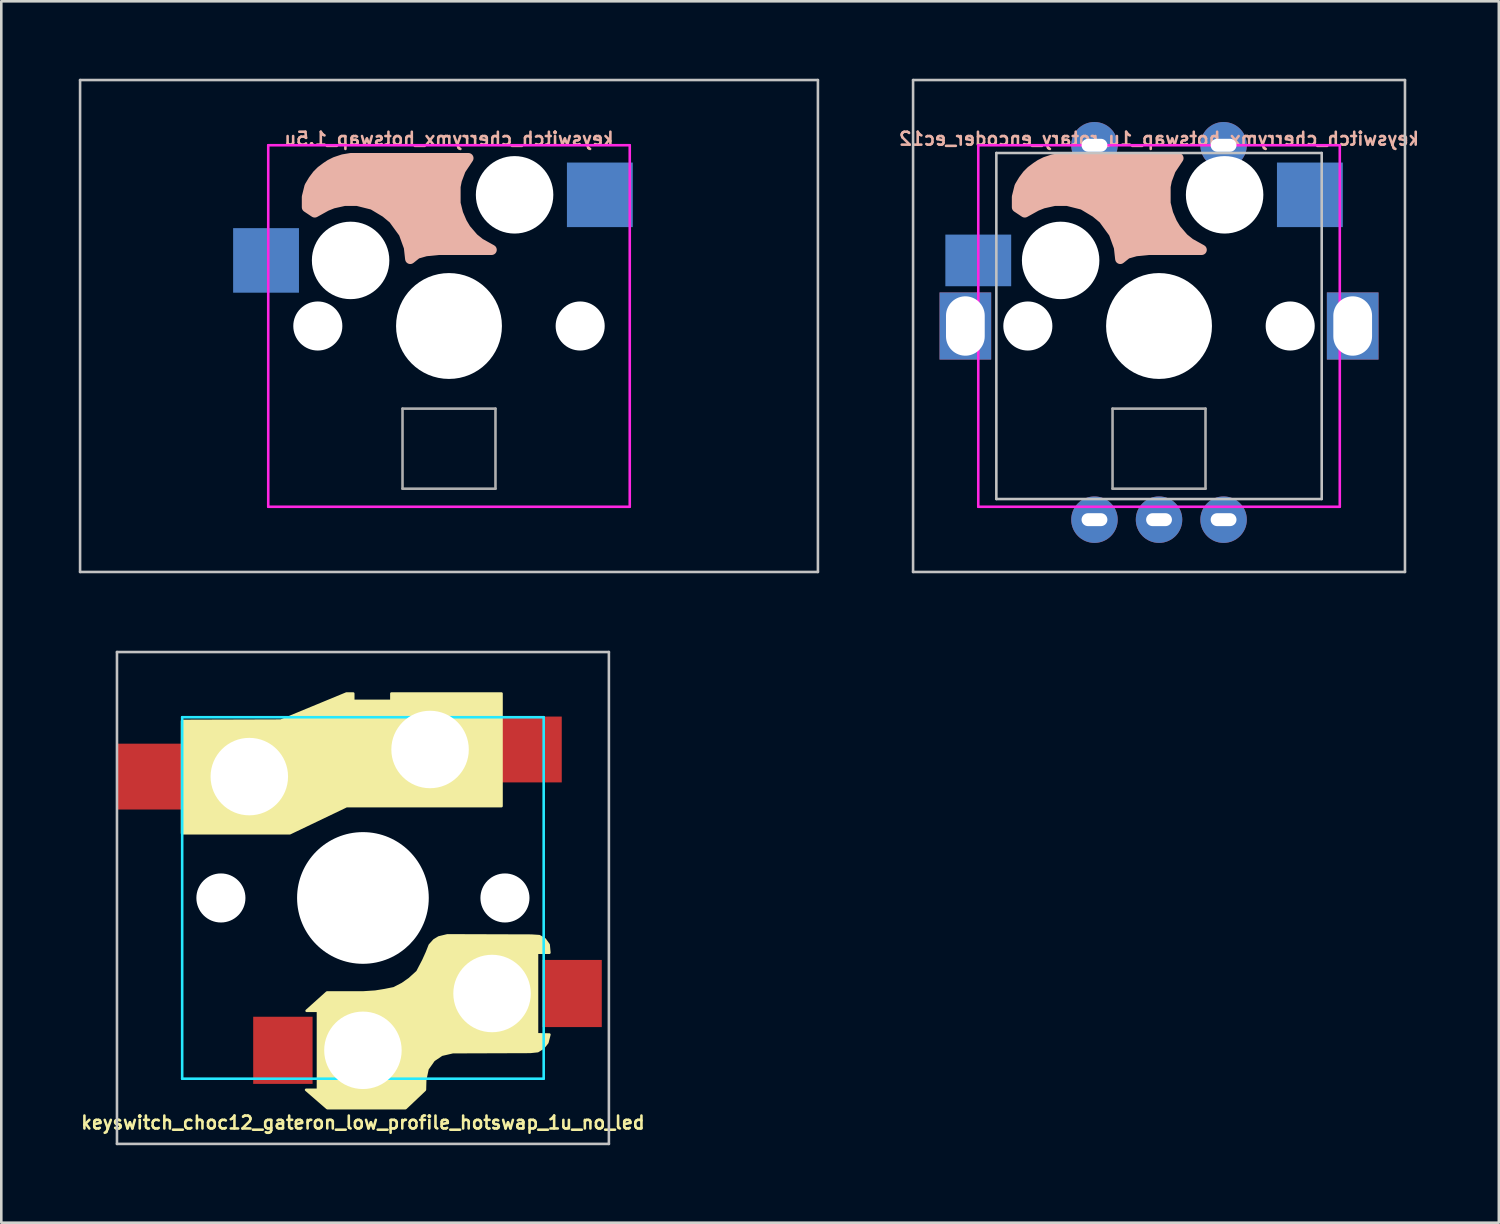
<source format=kicad_pcb>
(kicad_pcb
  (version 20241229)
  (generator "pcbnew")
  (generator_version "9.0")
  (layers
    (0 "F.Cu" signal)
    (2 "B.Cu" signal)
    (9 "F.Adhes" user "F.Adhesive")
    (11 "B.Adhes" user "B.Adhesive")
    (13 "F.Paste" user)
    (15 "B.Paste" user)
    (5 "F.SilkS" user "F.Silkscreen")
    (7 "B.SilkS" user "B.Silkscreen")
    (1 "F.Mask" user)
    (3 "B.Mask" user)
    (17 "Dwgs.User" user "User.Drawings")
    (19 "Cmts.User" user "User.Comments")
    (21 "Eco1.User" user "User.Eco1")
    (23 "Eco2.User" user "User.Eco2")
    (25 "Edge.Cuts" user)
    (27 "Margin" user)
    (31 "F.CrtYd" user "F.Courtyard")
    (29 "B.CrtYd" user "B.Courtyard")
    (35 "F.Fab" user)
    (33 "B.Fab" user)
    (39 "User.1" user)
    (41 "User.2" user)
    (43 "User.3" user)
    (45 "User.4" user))
  (footprint "keyswitch_cherrymx_hotswap_1.5u"
    (layer "F.Cu")
    (at 14.338 9.575)
    (property "Reference" "keyswitch_cherrymx_hotswap_1.5u" (at 0 -7.25 0) (layer "B.SilkS") (effects (font (size 0.5 0.5) (thickness 0.1) (bold yes)) (justify mirror)))
    (attr smd)
    (fp_poly (pts (xy -3.6 -6.5) (xy -3.8 -6.5) (xy -4.1 -6.45) (xy -4.4 -6.35) (xy -4.6 -6.25) (xy -4.75 -6.15) (xy -4.95 -6) (xy -5.1 -5.85) (xy -5.25 -5.65) (xy -5.4 -5.4) (xy -5.5 -5) (xy -5.5 -4.6) (xy -5.35 -4.5) (xy -5.2 -4.4) (xy -4.75 -4.65) (xy -4.5 -4.75) (xy -4.05 -4.85) (xy -3.55 -4.85) (xy -2.95 -4.7) (xy -2.45 -4.4) (xy -2.15 -4.15) (xy -1.75 -3.6) (xy -1.55 -3.05) (xy -1.5 -2.6) (xy -1.25 -2.8) (xy -0.9 -2.9) (xy -0.4 -2.95) (xy 1.65 -2.95) (xy 1.2 -3.2) (xy 0.95 -3.4) (xy 0.65 -3.75) (xy 0.5 -4) (xy 0.35 -4.35) (xy 0.25 -4.75) (xy 0.25 -5.05) (xy 0.25 -5.4) (xy 0.3 -5.65) (xy 0.45 -6.05) (xy 0.75 -6.5)) (stroke (width 0.4) (type solid)) (fill yes) (layer "B.SilkS"))
    (fp_line (start -14.287 -9.525) (end 14.287 -9.525) (stroke (width 0.1) (type solid)) (layer "Dwgs.User"))
    (fp_line (start -14.287 9.525) (end -14.287 -9.525) (stroke (width 0.1) (type solid)) (layer "Dwgs.User"))
    (fp_line (start 14.287 -9.525) (end 14.287 9.525) (stroke (width 0.1) (type solid)) (layer "Dwgs.User"))
    (fp_line (start 14.287 9.525) (end -14.287 9.525) (stroke (width 0.1) (type solid)) (layer "Dwgs.User"))
    (fp_line (start -7 -7) (end -7 7) (stroke (width 0.1) (type default)) (layer "F.CrtYd"))
    (fp_line (start -7 -7) (end 7 -7) (stroke (width 0.1) (type default)) (layer "F.CrtYd"))
    (fp_line (start -7 7) (end 7 7) (stroke (width 0.1) (type default)) (layer "F.CrtYd"))
    (fp_line (start 7 7) (end 7 -7) (stroke (width 0.1) (type default)) (layer "F.CrtYd"))
    (fp_line (start -1.8 3.2) (end -1.8 6.3) (stroke (width 0.1) (type default)) (layer "F.Fab"))
    (fp_line (start -1.8 3.2) (end 1.8 3.2) (stroke (width 0.1) (type default)) (layer "F.Fab"))
    (fp_line (start -1.8 6.3) (end 1.8 6.3) (stroke (width 0.1) (type default)) (layer "F.Fab"))
    (fp_line (start 1.8 3.2) (end 1.8 6.3) (stroke (width 0.1) (type default)) (layer "F.Fab"))
    (pad "" np_thru_hole circle (at -5.08 0) (size 1.9 1.9) (drill 1.9) (layers "*.Cu" "*.Mask"))
    (pad "" np_thru_hole circle (at -3.81 -2.54) (size 3 3) (drill 3) (layers "*.Cu" "*.Mask"))
    (pad "" np_thru_hole circle (at 0 0 90) (size 4.1 4.1) (drill 4.1) (layers "*.Cu" "*.Mask"))
    (pad "" np_thru_hole circle (at 2.54 -5.08) (size 3 3) (drill 3) (layers "*.Cu" "*.Mask"))
    (pad "" np_thru_hole circle (at 5.08 0) (size 1.9 1.9) (drill 1.9) (layers "*.Cu" "*.Mask"))
    (pad "1" smd rect (at -7.085 -2.54 180) (size 2.55 2.5) (layers "B.Cu" "B.Mask" "B.Paste"))
    (pad "2" smd rect (at 5.842 -5.08 180) (size 2.55 2.5) (layers "B.Cu" "B.Mask" "B.Paste")))
  (footprint "keyswitch_choc12_gateron_low_profile_hotswap_1u_no_led"
    (layer "F.Cu")
    (at 11.005 31.725)
    (property "Reference" "keyswitch_choc12_gateron_low_profile_hotswap_1u_no_led" (at 0 8.7 0) (layer "F.SilkS") (effects (font (size 0.5 0.5) (thickness 0.1) (bold yes))))
    (attr smd)
    (fp_poly (pts (xy 5.366 -3.557) (xy -0.637 -3.557) (xy -2.83 -2.507) (xy -7.004 -2.507) (xy -7.004 -6.855) (xy -3.178 -6.867) (xy -0.637 -7.917) (xy -0.376 -7.917) (xy -0.376 -7.632) (xy 1.103 -7.632) (xy 1.103 -7.917) (xy 5.366 -7.917)) (stroke (width 0.1) (type solid)) (fill yes) (layer "F.SilkS"))
    (fp_poly (pts (xy 1.8 3.14) (xy 2.11 2.86) (xy 2.34 2.42) (xy 2.48 2.11) (xy 2.59 1.83) (xy 2.76 1.64) (xy 2.94 1.53) (xy 3.27 1.45) (xy 6.52 1.46) (xy 6.83 1.48) (xy 7.04 1.6) (xy 7.19 1.81) (xy 7.22 2.12) (xy 6.74 2.12) (xy 6.74 5.28) (xy 7.22 5.29) (xy 7.14 5.6) (xy 6.98 5.8) (xy 6.77 5.93) (xy 6.48 5.96) (xy 3.48 5.97) (xy 3.05 6.07) (xy 2.74 6.28) (xy 2.5 6.62) (xy 2.41 7.04) (xy 2.4 7.43) (xy 1.65 8.14) (xy -1.38 8.14) (xy -2.2 7.43) (xy -1.74 7.43) (xy -1.74 4.37) (xy -2.18 4.37) (xy -1.39 3.66) (xy 0.02 3.66) (xy 0.48 3.63) (xy 0.85 3.57) (xy 1.2 3.5) (xy 1.53 3.33)) (stroke (width 0.1) (type solid)) (fill yes) (layer "F.SilkS"))
    (fp_line (start -9.525 -9.525) (end -9.525 9.525) (stroke (width 0.1) (type solid)) (layer "Dwgs.User"))
    (fp_line (start -9.525 9.525) (end 9.525 9.525) (stroke (width 0.1) (type solid)) (layer "Dwgs.User"))
    (fp_line (start 9.525 -9.525) (end -9.525 -9.525) (stroke (width 0.1) (type solid)) (layer "Dwgs.User"))
    (fp_line (start 9.525 9.525) (end 9.525 -9.525) (stroke (width 0.1) (type solid)) (layer "Dwgs.User"))
    (fp_line (start -7 -7) (end -7 7) (stroke (width 0.1) (type solid)) (layer "B.CrtYd"))
    (fp_line (start -7 7) (end 7 7) (stroke (width 0.1) (type solid)) (layer "B.CrtYd"))
    (fp_line (start 7 -7) (end -7 -7) (stroke (width 0.1) (type solid)) (layer "B.CrtYd"))
    (fp_line (start 7 7) (end 7 -7) (stroke (width 0.1) (type solid)) (layer "B.CrtYd"))
    (pad "" np_thru_hole circle (at -5.5 0 270) (size 1.9 1.9) (drill 1.9) (layers "*.Cu" "*.Mask"))
    (pad "" np_thru_hole circle (at -4.4 -4.7 270) (size 3 3) (drill 3) (layers "*.Cu" "*.Mask"))
    (pad "" np_thru_hole circle (at 0 0 270) (size 5.1 5.1) (drill 5.1) (layers "*.Cu" "*.Mask"))
    (pad "" np_thru_hole circle (at 0 5.9 270) (size 3 3) (drill 3) (layers "*.Cu" "*.Mask"))
    (pad "" np_thru_hole circle (at 2.6 -5.75 270) (size 3 3) (drill 3) (layers "*.Cu" "*.Mask"))
    (pad "" np_thru_hole circle (at 5 3.7 270) (size 3 3) (drill 3) (layers "*.Cu" "*.Mask"))
    (pad "" np_thru_hole circle (at 5.5 0 270) (size 1.9 1.9) (drill 1.9) (layers "*.Cu" "*.Mask"))
    (pad "1" smd rect (at 6.45 -5.75) (size 2.5 2.55) (layers "F.Cu" "F.Mask" "F.Paste"))
    (pad "1" smd rect (at 8.1 3.7 180) (size 2.3 2.6) (layers "F.Cu" "F.Mask" "F.Paste"))
    (pad "2" smd rect (at -8.25 -4.7) (size 2.5 2.55) (layers "F.Cu" "F.Mask" "F.Paste"))
    (pad "2" smd rect (at -3.1 5.9 180) (size 2.3 2.6) (layers "F.Cu" "F.Mask" "F.Paste")))
  (footprint "keyswitch_cherrymx_hotswap_1u_rotary_encoder_ec12"
    (layer "F.Cu")
    (at 41.835 9.575)
    (property "Reference" "keyswitch_cherrymx_hotswap_1u_rotary_encoder_ec12" (at 0 -7.25 0) (layer "B.SilkS") (effects (font (size 0.5 0.5) (thickness 0.1) (bold yes)) (justify mirror)))
    (attr smd)
    (fp_poly (pts (xy -3.6 -6.5) (xy -3.8 -6.5) (xy -4.1 -6.45) (xy -4.4 -6.35) (xy -4.6 -6.25) (xy -4.75 -6.15) (xy -4.95 -6) (xy -5.1 -5.85) (xy -5.25 -5.65) (xy -5.4 -5.4) (xy -5.5 -5) (xy -5.5 -4.6) (xy -5.35 -4.5) (xy -5.2 -4.4) (xy -4.75 -4.65) (xy -4.5 -4.75) (xy -4.05 -4.85) (xy -3.55 -4.85) (xy -2.95 -4.7) (xy -2.45 -4.4) (xy -2.15 -4.15) (xy -1.75 -3.6) (xy -1.55 -3.05) (xy -1.5 -2.6) (xy -1.25 -2.8) (xy -0.9 -2.9) (xy -0.4 -2.95) (xy 1.65 -2.95) (xy 1.2 -3.2) (xy 0.95 -3.4) (xy 0.65 -3.75) (xy 0.5 -4) (xy 0.35 -4.35) (xy 0.25 -4.75) (xy 0.25 -5.05) (xy 0.25 -5.4) (xy 0.3 -5.65) (xy 0.45 -6.05) (xy 0.75 -6.5)) (stroke (width 0.4) (type solid)) (fill yes) (layer "B.SilkS"))
    (fp_line (start -9.525 -9.525) (end 9.525 -9.525) (stroke (width 0.1) (type solid)) (layer "Dwgs.User"))
    (fp_line (start -9.525 9.525) (end -9.525 -9.525) (stroke (width 0.1) (type solid)) (layer "Dwgs.User"))
    (fp_line (start -6.3 -6.7) (end -6.3 6.7) (stroke (width 0.1) (type default)) (layer "Dwgs.User"))
    (fp_line (start 6.3 -6.7) (end -6.3 -6.7) (stroke (width 0.1) (type default)) (layer "Dwgs.User"))
    (fp_line (start 6.3 -6.7) (end 6.3 6.7) (stroke (width 0.1) (type default)) (layer "Dwgs.User"))
    (fp_line (start 6.3 6.7) (end -6.3 6.7) (stroke (width 0.1) (type default)) (layer "Dwgs.User"))
    (fp_line (start 9.525 -9.525) (end 9.525 9.525) (stroke (width 0.1) (type solid)) (layer "Dwgs.User"))
    (fp_line (start 9.525 9.525) (end -9.525 9.525) (stroke (width 0.1) (type solid)) (layer "Dwgs.User"))
    (fp_line (start -7 -7) (end -7 7) (stroke (width 0.1) (type default)) (layer "F.CrtYd"))
    (fp_line (start -7 -7) (end 7 -7) (stroke (width 0.1) (type default)) (layer "F.CrtYd"))
    (fp_line (start -7 7) (end 7 7) (stroke (width 0.1) (type default)) (layer "F.CrtYd"))
    (fp_line (start 7 7) (end 7 -7) (stroke (width 0.1) (type default)) (layer "F.CrtYd"))
    (fp_line (start -1.8 3.2) (end -1.8 6.3) (stroke (width 0.1) (type default)) (layer "F.Fab"))
    (fp_line (start -1.8 3.2) (end 1.8 3.2) (stroke (width 0.1) (type default)) (layer "F.Fab"))
    (fp_line (start -1.8 6.3) (end 1.8 6.3) (stroke (width 0.1) (type default)) (layer "F.Fab"))
    (fp_line (start 1.8 3.2) (end 1.8 6.3) (stroke (width 0.1) (type default)) (layer "F.Fab"))
    (pad "" np_thru_hole circle (at -5.08 0) (size 1.9 1.9) (drill 1.9) (layers "*.Cu" "*.Mask"))
    (pad "" np_thru_hole circle (at -3.81 -2.54) (size 3 3) (drill 3) (layers "*.Cu" "*.Mask"))
    (pad "" np_thru_hole circle (at 0 0 90) (size 4.1 4.1) (drill 4.1) (layers "*.Cu" "*.Mask"))
    (pad "" np_thru_hole circle (at 2.54 -5.08) (size 3 3) (drill 3) (layers "*.Cu" "*.Mask"))
    (pad "" np_thru_hole circle (at 5.08 0) (size 1.9 1.9) (drill 1.9) (layers "*.Cu" "*.Mask"))
    (pad "A" thru_hole circle (at -2.5 7.5) (size 1.8 1.8) (drill oval 1 0.5) (layers "*.Cu" "B.Mask"))
    (pad "B" thru_hole circle (at 2.5 7.5) (size 1.8 1.8) (drill oval 1 0.5) (layers "*.Cu" "B.Mask"))
    (pad "C" thru_hole circle (at 0 7.5) (size 1.8 1.8) (drill oval 1 0.5) (layers "*.Cu" "B.Mask"))
    (pad "MP" thru_hole rect (at -7.5 0 90) (size 2.6 2) (drill oval 2.3 1.5) (layers "*.Cu" "*.Mask"))
    (pad "MP" thru_hole rect (at 7.5 0 90) (size 2.6 2) (drill oval 2.3 1.5) (layers "*.Cu" "*.Mask"))
    (pad "S1" thru_hole circle (at 2.5 -7) (size 1.8 1.8) (drill oval 1 0.5) (layers "*.Cu" "B.Mask"))
    (pad "S1" smd rect (at 5.842 -5.08 180) (size 2.55 2.5) (layers "B.Cu" "B.Mask" "B.Paste"))
    (pad "S2" smd rect (at -7 -2.54 180) (size 2.55 2) (layers "B.Cu" "B.Mask" "B.Paste"))
    (pad "S2" thru_hole circle (at -2.5 -7) (size 1.8 1.8) (drill oval 1 0.5) (layers "*.Cu" "B.Mask")))
  (gr_rect
    (start -3 -3)
    (end 54.994 44.3)
    (stroke (width 0.1) (type default))
    (fill no)
    (layer "Edge.Cuts")))
</source>
